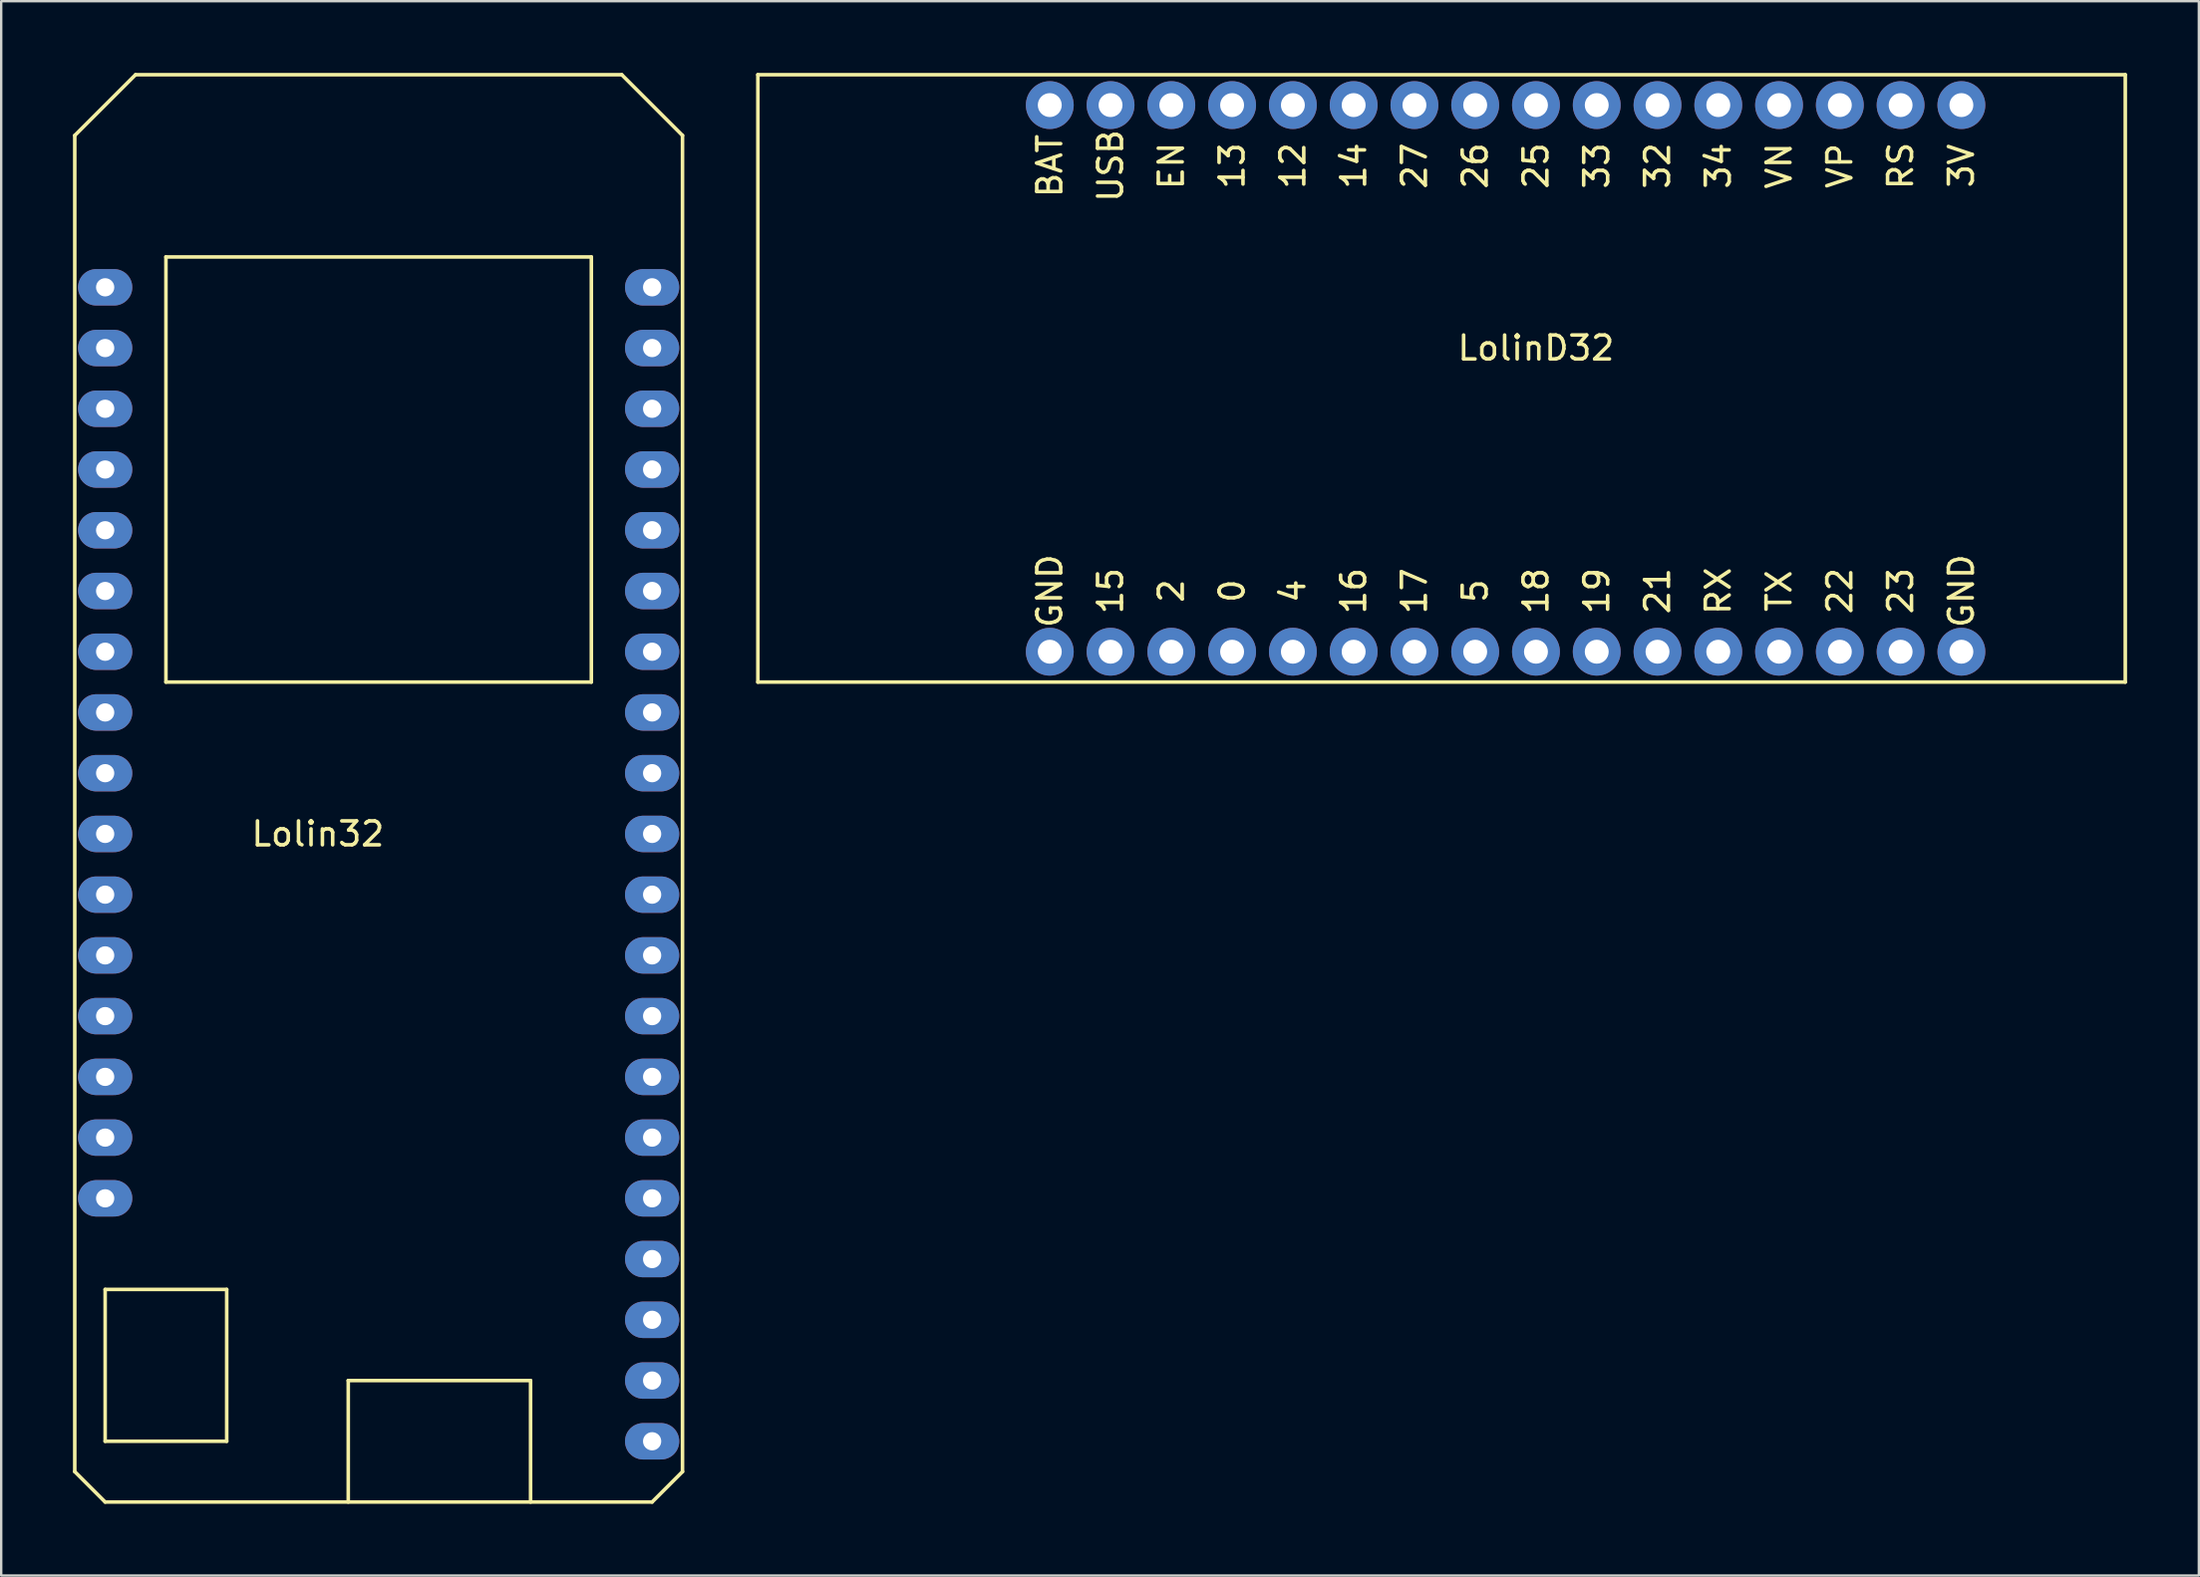
<source format=kicad_pcb>
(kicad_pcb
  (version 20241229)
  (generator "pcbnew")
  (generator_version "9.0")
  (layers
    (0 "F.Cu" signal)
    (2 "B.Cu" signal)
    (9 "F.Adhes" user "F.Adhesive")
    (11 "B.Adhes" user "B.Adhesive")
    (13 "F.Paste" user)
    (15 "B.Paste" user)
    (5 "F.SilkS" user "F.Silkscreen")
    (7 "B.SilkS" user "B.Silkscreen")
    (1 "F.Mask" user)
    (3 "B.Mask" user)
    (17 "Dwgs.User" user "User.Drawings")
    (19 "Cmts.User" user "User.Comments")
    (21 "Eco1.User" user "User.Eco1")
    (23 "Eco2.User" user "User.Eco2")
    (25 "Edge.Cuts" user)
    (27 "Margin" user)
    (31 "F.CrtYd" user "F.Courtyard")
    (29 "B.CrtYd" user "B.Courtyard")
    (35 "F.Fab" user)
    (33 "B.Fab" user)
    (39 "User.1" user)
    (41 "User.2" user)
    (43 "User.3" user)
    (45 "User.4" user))
  (footprint "LolinD32"
    (layer "F.Cu")
    (at 61.145 11.505)
    (property "Reference" "LolinD32" (at 0 0 0) (layer "F.SilkS") (effects (font (size 1 1) (thickness 0.15))))
    (attr through_hole)
    (fp_line (start -32.52 -11.43) (end -32.52 13.97) (stroke (width 0.15) (type solid)) (layer "F.SilkS"))
    (fp_line (start -32.52 13.97) (end 24.63 13.97) (stroke (width 0.15) (type solid)) (layer "F.SilkS"))
    (fp_line (start 24.63 -11.43) (end -32.52 -11.43) (stroke (width 0.15) (type solid)) (layer "F.SilkS"))
    (fp_line (start 24.63 13.97) (end 24.63 -11.43) (stroke (width 0.15) (type solid)) (layer "F.SilkS"))
    (fp_text user "23" (at 15.24 10.16 90) (layer "F.SilkS") (effects (font (size 1 1) (thickness 0.15))))
    (fp_text user "13" (at -12.7 -7.62 90) (layer "F.SilkS") (effects (font (size 1 1) (thickness 0.15))))
    (fp_text user "RX" (at 7.62 10.16 90) (layer "F.SilkS") (effects (font (size 1 1) (thickness 0.15))))
    (fp_text user "GND" (at -20.32 10.16 90) (layer "F.SilkS") (effects (font (size 1 1) (thickness 0.15))))
    (fp_text user "16" (at -7.62 10.16 90) (layer "F.SilkS") (effects (font (size 1 1) (thickness 0.15))))
    (fp_text user "3V" (at 17.78 -7.62 90) (layer "F.SilkS") (effects (font (size 1 1) (thickness 0.15))))
    (fp_text user "19" (at 2.54 10.16 90) (layer "F.SilkS") (effects (font (size 1 1) (thickness 0.15))))
    (fp_text user "12" (at -10.16 -7.62 90) (layer "F.SilkS") (effects (font (size 1 1) (thickness 0.15))))
    (fp_text user "33" (at 2.54 -7.62 90) (layer "F.SilkS") (effects (font (size 1 1) (thickness 0.15))))
    (fp_text user "GND" (at 17.78 10.16 90) (layer "F.SilkS") (effects (font (size 1 1) (thickness 0.15))))
    (fp_text user "14" (at -7.62 -7.62 90) (layer "F.SilkS") (effects (font (size 1 1) (thickness 0.15))))
    (fp_text user "32" (at 5.08 -7.62 90) (layer "F.SilkS") (effects (font (size 1 1) (thickness 0.15))))
    (fp_text user "21" (at 5.08 10.16 90) (layer "F.SilkS") (effects (font (size 1 1) (thickness 0.15))))
    (fp_text user "27" (at -5.08 -7.62 90) (layer "F.SilkS") (effects (font (size 1 1) (thickness 0.15))))
    (fp_text user "2" (at -15.24 10.16 90) (unlocked yes) (layer "F.SilkS") (effects (font (size 1 1) (thickness 0.15))))
    (fp_text user "17" (at -5.08 10.16 90) (layer "F.SilkS") (effects (font (size 1 1) (thickness 0.15))))
    (fp_text user "USB" (at -17.78 -7.62 90) (layer "F.SilkS") (effects (font (size 1 1) (thickness 0.15))))
    (fp_text user "15" (at -17.78 10.16 90) (layer "F.SilkS") (effects (font (size 1 1) (thickness 0.15))))
    (fp_text user "VP" (at 12.7 -7.62 90) (layer "F.SilkS") (effects (font (size 1 1) (thickness 0.15))))
    (fp_text user "18" (at 0 10.16 90) (layer "F.SilkS") (effects (font (size 1 1) (thickness 0.15))))
    (fp_text user "EN" (at -15.24 -7.62 90) (layer "F.SilkS") (effects (font (size 1 1) (thickness 0.15))))
    (fp_text user "RS" (at 15.24 -7.62 90) (layer "F.SilkS") (effects (font (size 1 1) (thickness 0.15))))
    (fp_text user "22" (at 12.7 10.16 90) (layer "F.SilkS") (effects (font (size 1 1) (thickness 0.15))))
    (fp_text user "0" (at -12.7 10.16 90) (layer "F.SilkS") (effects (font (size 1 1) (thickness 0.15))))
    (fp_text user "TX" (at 10.16 10.16 90) (layer "F.SilkS") (effects (font (size 1 1) (thickness 0.15))))
    (fp_text user "26" (at -2.54 -7.62 90) (layer "F.SilkS") (effects (font (size 1 1) (thickness 0.15))))
    (fp_text user "BAT" (at -20.32 -7.62 90) (layer "F.SilkS") (effects (font (size 1 1) (thickness 0.15))))
    (fp_text user "34" (at 7.62 -7.62 90) (layer "F.SilkS") (effects (font (size 1 1) (thickness 0.15))))
    (fp_text user "VN" (at 10.16 -7.62 90) (layer "F.SilkS") (effects (font (size 1 1) (thickness 0.15))))
    (fp_text user "5" (at -2.54 10.16 90) (layer "F.SilkS") (effects (font (size 1 1) (thickness 0.15))))
    (fp_text user "4" (at -10.16 10.16 90) (layer "F.SilkS") (effects (font (size 1 1) (thickness 0.15))))
    (fp_text user "25" (at 0 -7.62 90) (layer "F.SilkS") (effects (font (size 1 1) (thickness 0.15))))
    (pad "1" thru_hole circle (at -20.32 -10.16) (size 2 2) (drill 1) (layers "*.Cu" "*.Mask"))
    (pad "2" thru_hole circle (at -17.78 -10.16) (size 2 2) (drill 1) (layers "*.Cu" "*.Mask"))
    (pad "3" thru_hole circle (at -15.24 -10.16) (size 2 2) (drill 1) (layers "*.Cu" "*.Mask"))
    (pad "4" thru_hole circle (at -12.7 -10.16) (size 2 2) (drill 1) (layers "*.Cu" "*.Mask"))
    (pad "5" thru_hole circle (at -10.16 -10.16) (size 2 2) (drill 1) (layers "*.Cu" "*.Mask"))
    (pad "6" thru_hole circle (at -7.62 -10.16) (size 2 2) (drill 1) (layers "*.Cu" "*.Mask"))
    (pad "7" thru_hole circle (at -5.08 -10.16) (size 2 2) (drill 1) (layers "*.Cu" "*.Mask"))
    (pad "8" thru_hole circle (at -2.54 -10.16) (size 2 2) (drill 1) (layers "*.Cu" "*.Mask"))
    (pad "9" thru_hole circle (at 0 -10.16) (size 2 2) (drill 1) (layers "*.Cu" "*.Mask"))
    (pad "10" thru_hole circle (at 2.54 -10.16) (size 2 2) (drill 1) (layers "*.Cu" "*.Mask"))
    (pad "11" thru_hole circle (at 5.08 -10.16) (size 2 2) (drill 1) (layers "*.Cu" "*.Mask"))
    (pad "12" thru_hole circle (at 7.62 -10.16) (size 2 2) (drill 1) (layers "*.Cu" "*.Mask"))
    (pad "13" thru_hole circle (at 10.16 -10.16) (size 2 2) (drill 1) (layers "*.Cu" "*.Mask"))
    (pad "14" thru_hole circle (at 12.7 -10.16) (size 2 2) (drill 1) (layers "*.Cu" "*.Mask"))
    (pad "15" thru_hole circle (at 15.24 -10.16) (size 2 2) (drill 1) (layers "*.Cu" "*.Mask"))
    (pad "16" thru_hole circle (at 17.78 -10.16) (size 2 2) (drill 1) (layers "*.Cu" "*.Mask"))
    (pad "17" thru_hole circle (at -20.32 12.7) (size 2 2) (drill 1) (layers "*.Cu" "*.Mask"))
    (pad "18" thru_hole circle (at -17.78 12.7) (size 2 2) (drill 1) (layers "*.Cu" "*.Mask"))
    (pad "19" thru_hole circle (at -15.24 12.7) (size 2 2) (drill 1) (layers "*.Cu" "*.Mask"))
    (pad "20" thru_hole circle (at -12.7 12.7) (size 2 2) (drill 1) (layers "*.Cu" "*.Mask"))
    (pad "21" thru_hole circle (at -10.16 12.7) (size 2 2) (drill 1) (layers "*.Cu" "*.Mask"))
    (pad "22" thru_hole circle (at -7.62 12.7) (size 2 2) (drill 1) (layers "*.Cu" "*.Mask"))
    (pad "23" thru_hole circle (at -5.08 12.7) (size 2 2) (drill 1) (layers "*.Cu" "*.Mask"))
    (pad "24" thru_hole circle (at -2.54 12.7) (size 2 2) (drill 1) (layers "*.Cu" "*.Mask"))
    (pad "25" thru_hole circle (at 0 12.7) (size 2 2) (drill 1) (layers "*.Cu" "*.Mask"))
    (pad "26" thru_hole circle (at 2.54 12.7) (size 2 2) (drill 1) (layers "*.Cu" "*.Mask"))
    (pad "27" thru_hole circle (at 5.08 12.7) (size 2 2) (drill 1) (layers "*.Cu" "*.Mask"))
    (pad "28" thru_hole circle (at 7.62 12.7) (size 2 2) (drill 1) (layers "*.Cu" "*.Mask"))
    (pad "29" thru_hole circle (at 10.16 12.7) (size 2 2) (drill 1) (layers "*.Cu" "*.Mask"))
    (pad "30" thru_hole circle (at 12.7 12.7) (size 2 2) (drill 1) (layers "*.Cu" "*.Mask"))
    (pad "31" thru_hole circle (at 15.24 12.7) (size 2 2) (drill 1) (layers "*.Cu" "*.Mask"))
    (pad "32" thru_hole circle (at 17.78 12.7) (size 2 2) (drill 1) (layers "*.Cu" "*.Mask")))
  (footprint "Lolin32"
    (layer "F.Cu")
    (at 10.235 19.125)
    (property "Reference" "Lolin32" (at 0 12.7 0) (layer "F.SilkS") (effects (font (size 1 1) (thickness 0.15))))
    (attr through_hole)
    (fp_line (start -10.16 -16.51) (end -7.62 -19.05) (stroke (width 0.15) (type solid)) (layer "F.SilkS"))
    (fp_line (start -10.16 39.37) (end -10.16 -16.51) (stroke (width 0.15) (type solid)) (layer "F.SilkS"))
    (fp_line (start -8.89 31.75) (end -3.81 31.75) (stroke (width 0.15) (type solid)) (layer "F.SilkS"))
    (fp_line (start -8.89 38.1) (end -8.89 31.75) (stroke (width 0.15) (type solid)) (layer "F.SilkS"))
    (fp_line (start -8.89 40.64) (end -10.16 39.37) (stroke (width 0.15) (type solid)) (layer "F.SilkS"))
    (fp_line (start -7.62 -19.05) (end 12.7 -19.05) (stroke (width 0.15) (type solid)) (layer "F.SilkS"))
    (fp_line (start -6.35 -11.43) (end -6.35 6.35) (stroke (width 0.15) (type solid)) (layer "F.SilkS"))
    (fp_line (start -6.35 6.35) (end 11.43 6.35) (stroke (width 0.15) (type solid)) (layer "F.SilkS"))
    (fp_line (start -3.81 31.75) (end -3.81 38.1) (stroke (width 0.15) (type solid)) (layer "F.SilkS"))
    (fp_line (start -3.81 38.1) (end -8.89 38.1) (stroke (width 0.15) (type solid)) (layer "F.SilkS"))
    (fp_line (start 1.27 35.56) (end 8.89 35.56) (stroke (width 0.15) (type solid)) (layer "F.SilkS"))
    (fp_line (start 1.27 40.64) (end 1.27 35.56) (stroke (width 0.15) (type solid)) (layer "F.SilkS"))
    (fp_line (start 8.89 35.56) (end 8.89 40.64) (stroke (width 0.15) (type solid)) (layer "F.SilkS"))
    (fp_line (start 11.43 -11.43) (end -6.35 -11.43) (stroke (width 0.15) (type solid)) (layer "F.SilkS"))
    (fp_line (start 11.43 6.35) (end 11.43 -11.43) (stroke (width 0.15) (type solid)) (layer "F.SilkS"))
    (fp_line (start 12.7 -19.05) (end 15.24 -16.51) (stroke (width 0.15) (type solid)) (layer "F.SilkS"))
    (fp_line (start 13.97 40.64) (end -8.89 40.64) (stroke (width 0.15) (type solid)) (layer "F.SilkS"))
    (fp_line (start 15.24 -16.51) (end 15.24 39.37) (stroke (width 0.15) (type solid)) (layer "F.SilkS"))
    (fp_line (start 15.24 39.37) (end 13.97 40.64) (stroke (width 0.15) (type solid)) (layer "F.SilkS"))
    (pad "1" thru_hole oval (at -8.89 -10.16) (size 2.268 1.524) (drill 0.762) (layers "*.Cu" "*.Mask"))
    (pad "2" thru_hole oval (at -8.89 -7.62) (size 2.268 1.524) (drill 0.762) (layers "*.Cu" "*.Mask"))
    (pad "3" thru_hole oval (at -8.89 -5.08) (size 2.268 1.524) (drill 0.762) (layers "*.Cu" "*.Mask"))
    (pad "4" thru_hole oval (at -8.89 -2.54) (size 2.268 1.524) (drill 0.762) (layers "*.Cu" "*.Mask"))
    (pad "5" thru_hole oval (at -8.89 0) (size 2.268 1.524) (drill 0.762) (layers "*.Cu" "*.Mask"))
    (pad "6" thru_hole oval (at -8.89 2.54) (size 2.268 1.524) (drill 0.762) (layers "*.Cu" "*.Mask"))
    (pad "7" thru_hole oval (at -8.89 5.08) (size 2.268 1.524) (drill 0.762) (layers "*.Cu" "*.Mask"))
    (pad "8" thru_hole oval (at -8.89 7.62) (size 2.268 1.524) (drill 0.762) (layers "*.Cu" "*.Mask"))
    (pad "9" thru_hole oval (at -8.89 10.16) (size 2.268 1.524) (drill 0.762) (layers "*.Cu" "*.Mask"))
    (pad "10" thru_hole oval (at -8.89 12.7) (size 2.268 1.524) (drill 0.762) (layers "*.Cu" "*.Mask"))
    (pad "11" thru_hole oval (at -8.89 15.24) (size 2.268 1.524) (drill 0.762) (layers "*.Cu" "*.Mask"))
    (pad "12" thru_hole oval (at -8.89 17.78) (size 2.268 1.524) (drill 0.762) (layers "*.Cu" "*.Mask"))
    (pad "13" thru_hole oval (at -8.89 20.32) (size 2.268 1.524) (drill 0.762) (layers "*.Cu" "*.Mask"))
    (pad "14" thru_hole oval (at -8.89 22.86) (size 2.268 1.524) (drill 0.762) (layers "*.Cu" "*.Mask"))
    (pad "15" thru_hole oval (at -8.89 25.4) (size 2.268 1.524) (drill 0.762) (layers "*.Cu" "*.Mask"))
    (pad "16" thru_hole oval (at -8.89 27.94) (size 2.268 1.524) (drill 0.762) (layers "*.Cu" "*.Mask"))
    (pad "17" thru_hole oval (at 13.97 -10.16) (size 2.268 1.524) (drill 0.762) (layers "*.Cu" "*.Mask"))
    (pad "18" thru_hole oval (at 13.97 -7.62) (size 2.268 1.524) (drill 0.762) (layers "*.Cu" "*.Mask"))
    (pad "19" thru_hole oval (at 13.97 -5.08) (size 2.268 1.524) (drill 0.762) (layers "*.Cu" "*.Mask"))
    (pad "20" thru_hole oval (at 13.97 -2.54) (size 2.268 1.524) (drill 0.762) (layers "*.Cu" "*.Mask"))
    (pad "21" thru_hole oval (at 13.97 0) (size 2.268 1.524) (drill 0.762) (layers "*.Cu" "*.Mask"))
    (pad "22" thru_hole oval (at 13.97 2.54) (size 2.268 1.524) (drill 0.762) (layers "*.Cu" "*.Mask"))
    (pad "23" thru_hole oval (at 13.97 5.08) (size 2.268 1.524) (drill 0.762) (layers "*.Cu" "*.Mask"))
    (pad "24" thru_hole oval (at 13.97 7.62) (size 2.268 1.524) (drill 0.762) (layers "*.Cu" "*.Mask"))
    (pad "25" thru_hole oval (at 13.97 10.16) (size 2.268 1.524) (drill 0.762) (layers "*.Cu" "*.Mask"))
    (pad "26" thru_hole oval (at 13.97 12.7) (size 2.268 1.524) (drill 0.762) (layers "*.Cu" "*.Mask"))
    (pad "27" thru_hole oval (at 13.97 15.24) (size 2.268 1.524) (drill 0.762) (layers "*.Cu" "*.Mask"))
    (pad "28" thru_hole oval (at 13.97 17.78) (size 2.268 1.524) (drill 0.762) (layers "*.Cu" "*.Mask"))
    (pad "29" thru_hole oval (at 13.97 20.32) (size 2.268 1.524) (drill 0.762) (layers "*.Cu" "*.Mask"))
    (pad "30" thru_hole oval (at 13.97 22.86) (size 2.268 1.524) (drill 0.762) (layers "*.Cu" "*.Mask"))
    (pad "31" thru_hole oval (at 13.97 25.4) (size 2.268 1.524) (drill 0.762) (layers "*.Cu" "*.Mask"))
    (pad "32" thru_hole oval (at 13.97 27.94) (size 2.268 1.524) (drill 0.762) (layers "*.Cu" "*.Mask"))
    (pad "33" thru_hole oval (at 13.97 30.48) (size 2.268 1.524) (drill 0.762) (layers "*.Cu" "*.Mask"))
    (pad "34" thru_hole oval (at 13.97 33.02) (size 2.268 1.524) (drill 0.762) (layers "*.Cu" "*.Mask"))
    (pad "35" thru_hole oval (at 13.97 35.56) (size 2.268 1.524) (drill 0.762) (layers "*.Cu" "*.Mask"))
    (pad "36" thru_hole oval (at 13.97 38.1) (size 2.268 1.524) (drill 0.762) (layers "*.Cu" "*.Mask")))
  (gr_rect
    (start -3 -3)
    (end 88.85 62.84)
    (stroke (width 0.1) (type default))
    (fill no)
    (layer "Edge.Cuts")))
</source>
